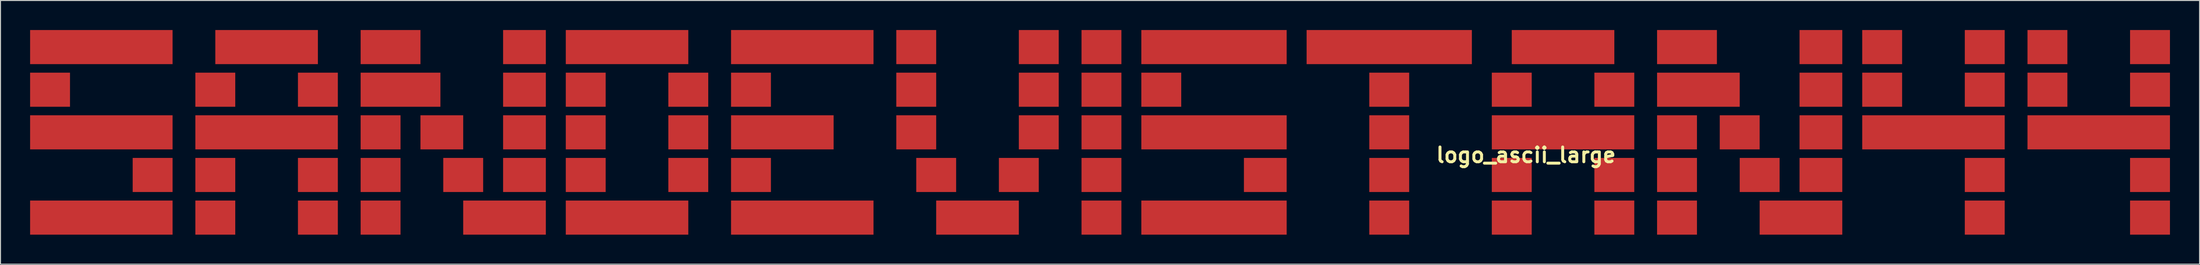
<source format=kicad_pcb>
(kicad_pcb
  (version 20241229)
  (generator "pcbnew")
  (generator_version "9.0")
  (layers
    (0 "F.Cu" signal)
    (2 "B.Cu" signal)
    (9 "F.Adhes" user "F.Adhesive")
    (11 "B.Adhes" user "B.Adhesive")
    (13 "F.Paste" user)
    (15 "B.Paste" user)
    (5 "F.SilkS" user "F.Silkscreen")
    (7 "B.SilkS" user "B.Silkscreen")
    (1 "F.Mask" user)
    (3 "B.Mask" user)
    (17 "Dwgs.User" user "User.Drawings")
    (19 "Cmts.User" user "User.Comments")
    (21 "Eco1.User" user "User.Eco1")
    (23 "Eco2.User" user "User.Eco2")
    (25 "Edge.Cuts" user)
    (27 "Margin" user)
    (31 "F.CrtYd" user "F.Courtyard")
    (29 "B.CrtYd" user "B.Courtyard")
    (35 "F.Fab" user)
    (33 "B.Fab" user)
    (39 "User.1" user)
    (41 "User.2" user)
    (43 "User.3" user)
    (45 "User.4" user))
  (footprint "logo_ascii_large"
    (layer "F.Cu")
    (at 151.534 12.7)
    (property "Reference" "logo_ascii_large" (at 0 0 0) (layer "F.SilkS") (effects (font (size 1.5 1.5) (thickness 0.3))))
    (attr board_only exclude_from_pos_files exclude_from_bom)
    (fp_poly (pts (xy -147.493 -6.639) (xy -147.493 -4.907) (xy -149.514 -4.907) (xy -151.534 -4.907) (xy -151.534 -6.639) (xy -151.534 -8.37) (xy -149.514 -8.37) (xy -147.493 -8.37)) (stroke (width 0) (type solid)) (fill yes) (layer "F.Cu"))
    (fp_poly (pts (xy -137.102 -10.968) (xy -137.102 -9.236) (xy -144.318 -9.236) (xy -151.534 -9.236) (xy -151.534 -10.968) (xy -151.534 -12.7) (xy -144.318 -12.7) (xy -137.102 -12.7)) (stroke (width 0) (type solid)) (fill yes) (layer "F.Cu"))
    (fp_poly (pts (xy -137.102 -2.309) (xy -137.102 -0.577) (xy -144.318 -0.577) (xy -151.534 -0.577) (xy -151.534 -2.309) (xy -151.534 -4.041) (xy -144.318 -4.041) (xy -137.102 -4.041)) (stroke (width 0) (type solid)) (fill yes) (layer "F.Cu"))
    (fp_poly (pts (xy -137.102 2.02) (xy -137.102 3.752) (xy -139.123 3.752) (xy -141.143 3.752) (xy -141.143 2.02) (xy -141.143 0.289) (xy -139.123 0.289) (xy -137.102 0.289)) (stroke (width 0) (type solid)) (fill yes) (layer "F.Cu"))
    (fp_poly (pts (xy -137.102 6.35) (xy -137.102 8.082) (xy -144.318 8.082) (xy -151.534 8.082) (xy -151.534 6.35) (xy -151.534 4.618) (xy -144.318 4.618) (xy -137.102 4.618)) (stroke (width 0) (type solid)) (fill yes) (layer "F.Cu"))
    (fp_poly (pts (xy -130.752 -6.639) (xy -130.752 -4.907) (xy -132.773 -4.907) (xy -134.793 -4.907) (xy -134.793 -6.639) (xy -134.793 -8.37) (xy -132.773 -8.37) (xy -130.752 -8.37)) (stroke (width 0) (type solid)) (fill yes) (layer "F.Cu"))
    (fp_poly (pts (xy -130.752 2.02) (xy -130.752 3.752) (xy -132.773 3.752) (xy -134.793 3.752) (xy -134.793 2.02) (xy -134.793 0.289) (xy -132.773 0.289) (xy -130.752 0.289)) (stroke (width 0) (type solid)) (fill yes) (layer "F.Cu"))
    (fp_poly (pts (xy -130.752 6.35) (xy -130.752 8.082) (xy -132.773 8.082) (xy -134.793 8.082) (xy -134.793 6.35) (xy -134.793 4.618) (xy -132.773 4.618) (xy -130.752 4.618)) (stroke (width 0) (type solid)) (fill yes) (layer "F.Cu"))
    (fp_poly (pts (xy -122.382 -10.968) (xy -122.382 -9.236) (xy -127.577 -9.236) (xy -132.773 -9.236) (xy -132.773 -10.968) (xy -132.773 -12.7) (xy -127.577 -12.7) (xy -122.382 -12.7)) (stroke (width 0) (type solid)) (fill yes) (layer "F.Cu"))
    (fp_poly (pts (xy -120.361 -6.639) (xy -120.361 -4.907) (xy -122.382 -4.907) (xy -124.402 -4.907) (xy -124.402 -6.639) (xy -124.402 -8.37) (xy -122.382 -8.37) (xy -120.361 -8.37)) (stroke (width 0) (type solid)) (fill yes) (layer "F.Cu"))
    (fp_poly (pts (xy -120.361 -2.309) (xy -120.361 -0.577) (xy -127.577 -0.577) (xy -134.793 -0.577) (xy -134.793 -2.309) (xy -134.793 -4.041) (xy -127.577 -4.041) (xy -120.361 -4.041)) (stroke (width 0) (type solid)) (fill yes) (layer "F.Cu"))
    (fp_poly (pts (xy -120.361 2.02) (xy -120.361 3.752) (xy -122.382 3.752) (xy -124.402 3.752) (xy -124.402 2.02) (xy -124.402 0.289) (xy -122.382 0.289) (xy -120.361 0.289)) (stroke (width 0) (type solid)) (fill yes) (layer "F.Cu"))
    (fp_poly (pts (xy -120.361 6.35) (xy -120.361 8.082) (xy -122.382 8.082) (xy -124.402 8.082) (xy -124.402 6.35) (xy -124.402 4.618) (xy -122.382 4.618) (xy -120.361 4.618)) (stroke (width 0) (type solid)) (fill yes) (layer "F.Cu"))
    (fp_poly (pts (xy -114.011 -2.309) (xy -114.011 -0.577) (xy -116.032 -0.577) (xy -118.052 -0.577) (xy -118.052 -2.309) (xy -118.052 -4.041) (xy -116.032 -4.041) (xy -114.011 -4.041)) (stroke (width 0) (type solid)) (fill yes) (layer "F.Cu"))
    (fp_poly (pts (xy -114.011 2.02) (xy -114.011 3.752) (xy -116.032 3.752) (xy -118.052 3.752) (xy -118.052 2.02) (xy -118.052 0.289) (xy -116.032 0.289) (xy -114.011 0.289)) (stroke (width 0) (type solid)) (fill yes) (layer "F.Cu"))
    (fp_poly (pts (xy -114.011 6.35) (xy -114.011 8.082) (xy -116.032 8.082) (xy -118.052 8.082) (xy -118.052 6.35) (xy -118.052 4.618) (xy -116.032 4.618) (xy -114.011 4.618)) (stroke (width 0) (type solid)) (fill yes) (layer "F.Cu"))
    (fp_poly (pts (xy -111.991 -10.968) (xy -111.991 -9.236) (xy -115.022 -9.236) (xy -118.052 -9.236) (xy -118.052 -10.968) (xy -118.052 -12.7) (xy -115.022 -12.7) (xy -111.991 -12.7)) (stroke (width 0) (type solid)) (fill yes) (layer "F.Cu"))
    (fp_poly (pts (xy -109.97 -6.639) (xy -109.97 -4.907) (xy -114.011 -4.907) (xy -118.052 -4.907) (xy -118.052 -6.639) (xy -118.052 -8.37) (xy -114.011 -8.37) (xy -109.97 -8.37)) (stroke (width 0) (type solid)) (fill yes) (layer "F.Cu"))
    (fp_poly (pts (xy -107.661 -2.309) (xy -107.661 -0.577) (xy -109.826 -0.577) (xy -111.991 -0.577) (xy -111.991 -2.309) (xy -111.991 -4.041) (xy -109.826 -4.041) (xy -107.661 -4.041)) (stroke (width 0) (type solid)) (fill yes) (layer "F.Cu"))
    (fp_poly (pts (xy -105.641 2.02) (xy -105.641 3.752) (xy -107.661 3.752) (xy -109.682 3.752) (xy -109.682 2.02) (xy -109.682 0.289) (xy -107.661 0.289) (xy -105.641 0.289)) (stroke (width 0) (type solid)) (fill yes) (layer "F.Cu"))
    (fp_poly (pts (xy -99.291 -10.968) (xy -99.291 -9.236) (xy -101.456 -9.236) (xy -103.62 -9.236) (xy -103.62 -10.968) (xy -103.62 -12.7) (xy -101.456 -12.7) (xy -99.291 -12.7)) (stroke (width 0) (type solid)) (fill yes) (layer "F.Cu"))
    (fp_poly (pts (xy -99.291 -6.639) (xy -99.291 -4.907) (xy -101.456 -4.907) (xy -103.62 -4.907) (xy -103.62 -6.639) (xy -103.62 -8.37) (xy -101.456 -8.37) (xy -99.291 -8.37)) (stroke (width 0) (type solid)) (fill yes) (layer "F.Cu"))
    (fp_poly (pts (xy -99.291 -2.309) (xy -99.291 -0.577) (xy -101.456 -0.577) (xy -103.62 -0.577) (xy -103.62 -2.309) (xy -103.62 -4.041) (xy -101.456 -4.041) (xy -99.291 -4.041)) (stroke (width 0) (type solid)) (fill yes) (layer "F.Cu"))
    (fp_poly (pts (xy -99.291 2.02) (xy -99.291 3.752) (xy -101.456 3.752) (xy -103.62 3.752) (xy -103.62 2.02) (xy -103.62 0.289) (xy -101.456 0.289) (xy -99.291 0.289)) (stroke (width 0) (type solid)) (fill yes) (layer "F.Cu"))
    (fp_poly (pts (xy -99.291 6.35) (xy -99.291 8.082) (xy -103.476 8.082) (xy -107.661 8.082) (xy -107.661 6.35) (xy -107.661 4.618) (xy -103.476 4.618) (xy -99.291 4.618)) (stroke (width 0) (type solid)) (fill yes) (layer "F.Cu"))
    (fp_poly (pts (xy -93.23 -6.639) (xy -93.23 -4.907) (xy -95.25 -4.907) (xy -97.27 -4.907) (xy -97.27 -6.639) (xy -97.27 -8.37) (xy -95.25 -8.37) (xy -93.23 -8.37)) (stroke (width 0) (type solid)) (fill yes) (layer "F.Cu"))
    (fp_poly (pts (xy -93.23 -2.309) (xy -93.23 -0.577) (xy -95.25 -0.577) (xy -97.27 -0.577) (xy -97.27 -2.309) (xy -97.27 -4.041) (xy -95.25 -4.041) (xy -93.23 -4.041)) (stroke (width 0) (type solid)) (fill yes) (layer "F.Cu"))
    (fp_poly (pts (xy -93.23 2.02) (xy -93.23 3.752) (xy -95.25 3.752) (xy -97.27 3.752) (xy -97.27 2.02) (xy -97.27 0.289) (xy -95.25 0.289) (xy -93.23 0.289)) (stroke (width 0) (type solid)) (fill yes) (layer "F.Cu"))
    (fp_poly (pts (xy -84.859 -10.968) (xy -84.859 -9.236) (xy -91.065 -9.236) (xy -97.27 -9.236) (xy -97.27 -10.968) (xy -97.27 -12.7) (xy -91.065 -12.7) (xy -84.859 -12.7)) (stroke (width 0) (type solid)) (fill yes) (layer "F.Cu"))
    (fp_poly (pts (xy -84.859 6.35) (xy -84.859 8.082) (xy -91.065 8.082) (xy -97.27 8.082) (xy -97.27 6.35) (xy -97.27 4.618) (xy -91.065 4.618) (xy -84.859 4.618)) (stroke (width 0) (type solid)) (fill yes) (layer "F.Cu"))
    (fp_poly (pts (xy -82.839 -6.639) (xy -82.839 -4.907) (xy -84.859 -4.907) (xy -86.88 -4.907) (xy -86.88 -6.639) (xy -86.88 -8.37) (xy -84.859 -8.37) (xy -82.839 -8.37)) (stroke (width 0) (type solid)) (fill yes) (layer "F.Cu"))
    (fp_poly (pts (xy -82.839 -2.309) (xy -82.839 -0.577) (xy -84.859 -0.577) (xy -86.88 -0.577) (xy -86.88 -2.309) (xy -86.88 -4.041) (xy -84.859 -4.041) (xy -82.839 -4.041)) (stroke (width 0) (type solid)) (fill yes) (layer "F.Cu"))
    (fp_poly (pts (xy -82.839 2.02) (xy -82.839 3.752) (xy -84.859 3.752) (xy -86.88 3.752) (xy -86.88 2.02) (xy -86.88 0.289) (xy -84.859 0.289) (xy -82.839 0.289)) (stroke (width 0) (type solid)) (fill yes) (layer "F.Cu"))
    (fp_poly (pts (xy -76.489 -6.639) (xy -76.489 -4.907) (xy -78.509 -4.907) (xy -80.53 -4.907) (xy -80.53 -6.639) (xy -80.53 -8.37) (xy -78.509 -8.37) (xy -76.489 -8.37)) (stroke (width 0) (type solid)) (fill yes) (layer "F.Cu"))
    (fp_poly (pts (xy -76.489 2.02) (xy -76.489 3.752) (xy -78.509 3.752) (xy -80.53 3.752) (xy -80.53 2.02) (xy -80.53 0.289) (xy -78.509 0.289) (xy -76.489 0.289)) (stroke (width 0) (type solid)) (fill yes) (layer "F.Cu"))
    (fp_poly (pts (xy -70.139 -2.309) (xy -70.139 -0.577) (xy -75.334 -0.577) (xy -80.53 -0.577) (xy -80.53 -2.309) (xy -80.53 -4.041) (xy -75.334 -4.041) (xy -70.139 -4.041)) (stroke (width 0) (type solid)) (fill yes) (layer "F.Cu"))
    (fp_poly (pts (xy -66.098 -10.968) (xy -66.098 -9.236) (xy -73.314 -9.236) (xy -80.53 -9.236) (xy -80.53 -10.968) (xy -80.53 -12.7) (xy -73.314 -12.7) (xy -66.098 -12.7)) (stroke (width 0) (type solid)) (fill yes) (layer "F.Cu"))
    (fp_poly (pts (xy -66.098 6.35) (xy -66.098 8.082) (xy -73.314 8.082) (xy -80.53 8.082) (xy -80.53 6.35) (xy -80.53 4.618) (xy -73.314 4.618) (xy -66.098 4.618)) (stroke (width 0) (type solid)) (fill yes) (layer "F.Cu"))
    (fp_poly (pts (xy -59.748 -10.968) (xy -59.748 -9.236) (xy -61.768 -9.236) (xy -63.789 -9.236) (xy -63.789 -10.968) (xy -63.789 -12.7) (xy -61.768 -12.7) (xy -59.748 -12.7)) (stroke (width 0) (type solid)) (fill yes) (layer "F.Cu"))
    (fp_poly (pts (xy -59.748 -6.639) (xy -59.748 -4.907) (xy -61.768 -4.907) (xy -63.789 -4.907) (xy -63.789 -6.639) (xy -63.789 -8.37) (xy -61.768 -8.37) (xy -59.748 -8.37)) (stroke (width 0) (type solid)) (fill yes) (layer "F.Cu"))
    (fp_poly (pts (xy -59.748 -2.309) (xy -59.748 -0.577) (xy -61.768 -0.577) (xy -63.789 -0.577) (xy -63.789 -2.309) (xy -63.789 -4.041) (xy -61.768 -4.041) (xy -59.748 -4.041)) (stroke (width 0) (type solid)) (fill yes) (layer "F.Cu"))
    (fp_poly (pts (xy -57.727 2.02) (xy -57.727 3.752) (xy -59.748 3.752) (xy -61.768 3.752) (xy -61.768 2.02) (xy -61.768 0.289) (xy -59.748 0.289) (xy -57.727 0.289)) (stroke (width 0) (type solid)) (fill yes) (layer "F.Cu"))
    (fp_poly (pts (xy -51.377 6.35) (xy -51.377 8.082) (xy -55.563 8.082) (xy -59.748 8.082) (xy -59.748 6.35) (xy -59.748 4.618) (xy -55.563 4.618) (xy -51.377 4.618)) (stroke (width 0) (type solid)) (fill yes) (layer "F.Cu"))
    (fp_poly (pts (xy -49.357 2.02) (xy -49.357 3.752) (xy -51.377 3.752) (xy -53.398 3.752) (xy -53.398 2.02) (xy -53.398 0.289) (xy -51.377 0.289) (xy -49.357 0.289)) (stroke (width 0) (type solid)) (fill yes) (layer "F.Cu"))
    (fp_poly (pts (xy -47.336 -10.968) (xy -47.336 -9.236) (xy -49.357 -9.236) (xy -51.377 -9.236) (xy -51.377 -10.968) (xy -51.377 -12.7) (xy -49.357 -12.7) (xy -47.336 -12.7)) (stroke (width 0) (type solid)) (fill yes) (layer "F.Cu"))
    (fp_poly (pts (xy -47.336 -6.639) (xy -47.336 -4.907) (xy -49.357 -4.907) (xy -51.377 -4.907) (xy -51.377 -6.639) (xy -51.377 -8.37) (xy -49.357 -8.37) (xy -47.336 -8.37)) (stroke (width 0) (type solid)) (fill yes) (layer "F.Cu"))
    (fp_poly (pts (xy -47.336 -2.309) (xy -47.336 -0.577) (xy -49.357 -0.577) (xy -51.377 -0.577) (xy -51.377 -2.309) (xy -51.377 -4.041) (xy -49.357 -4.041) (xy -47.336 -4.041)) (stroke (width 0) (type solid)) (fill yes) (layer "F.Cu"))
    (fp_poly (pts (xy -40.986 -10.968) (xy -40.986 -9.236) (xy -43.007 -9.236) (xy -45.027 -9.236) (xy -45.027 -10.968) (xy -45.027 -12.7) (xy -43.007 -12.7) (xy -40.986 -12.7)) (stroke (width 0) (type solid)) (fill yes) (layer "F.Cu"))
    (fp_poly (pts (xy -40.986 -6.639) (xy -40.986 -4.907) (xy -43.007 -4.907) (xy -45.027 -4.907) (xy -45.027 -6.639) (xy -45.027 -8.37) (xy -43.007 -8.37) (xy -40.986 -8.37)) (stroke (width 0) (type solid)) (fill yes) (layer "F.Cu"))
    (fp_poly (pts (xy -40.986 -2.309) (xy -40.986 -0.577) (xy -43.007 -0.577) (xy -45.027 -0.577) (xy -45.027 -2.309) (xy -45.027 -4.041) (xy -43.007 -4.041) (xy -40.986 -4.041)) (stroke (width 0) (type solid)) (fill yes) (layer "F.Cu"))
    (fp_poly (pts (xy -40.986 2.02) (xy -40.986 3.752) (xy -43.007 3.752) (xy -45.027 3.752) (xy -45.027 2.02) (xy -45.027 0.289) (xy -43.007 0.289) (xy -40.986 0.289)) (stroke (width 0) (type solid)) (fill yes) (layer "F.Cu"))
    (fp_poly (pts (xy -40.986 6.35) (xy -40.986 8.082) (xy -43.007 8.082) (xy -45.027 8.082) (xy -45.027 6.35) (xy -45.027 4.618) (xy -43.007 4.618) (xy -40.986 4.618)) (stroke (width 0) (type solid)) (fill yes) (layer "F.Cu"))
    (fp_poly (pts (xy -34.925 -6.639) (xy -34.925 -4.907) (xy -36.945 -4.907) (xy -38.966 -4.907) (xy -38.966 -6.639) (xy -38.966 -8.37) (xy -36.945 -8.37) (xy -34.925 -8.37)) (stroke (width 0) (type solid)) (fill yes) (layer "F.Cu"))
    (fp_poly (pts (xy -24.245 -10.968) (xy -24.245 -9.236) (xy -31.606 -9.236) (xy -38.966 -9.236) (xy -38.966 -10.968) (xy -38.966 -12.7) (xy -31.606 -12.7) (xy -24.245 -12.7)) (stroke (width 0) (type solid)) (fill yes) (layer "F.Cu"))
    (fp_poly (pts (xy -24.245 -2.309) (xy -24.245 -0.577) (xy -31.606 -0.577) (xy -38.966 -0.577) (xy -38.966 -2.309) (xy -38.966 -4.041) (xy -31.606 -4.041) (xy -24.245 -4.041)) (stroke (width 0) (type solid)) (fill yes) (layer "F.Cu"))
    (fp_poly (pts (xy -24.245 2.02) (xy -24.245 3.752) (xy -26.41 3.752) (xy -28.575 3.752) (xy -28.575 2.02) (xy -28.575 0.289) (xy -26.41 0.289) (xy -24.245 0.289)) (stroke (width 0) (type solid)) (fill yes) (layer "F.Cu"))
    (fp_poly (pts (xy -24.245 6.35) (xy -24.245 8.082) (xy -31.606 8.082) (xy -38.966 8.082) (xy -38.966 6.35) (xy -38.966 4.618) (xy -31.606 4.618) (xy -24.245 4.618)) (stroke (width 0) (type solid)) (fill yes) (layer "F.Cu"))
    (fp_poly (pts (xy -11.834 -6.639) (xy -11.834 -4.907) (xy -13.855 -4.907) (xy -15.875 -4.907) (xy -15.875 -6.639) (xy -15.875 -8.37) (xy -13.855 -8.37) (xy -11.834 -8.37)) (stroke (width 0) (type solid)) (fill yes) (layer "F.Cu"))
    (fp_poly (pts (xy -11.834 -2.309) (xy -11.834 -0.577) (xy -13.855 -0.577) (xy -15.875 -0.577) (xy -15.875 -2.309) (xy -15.875 -4.041) (xy -13.855 -4.041) (xy -11.834 -4.041)) (stroke (width 0) (type solid)) (fill yes) (layer "F.Cu"))
    (fp_poly (pts (xy -11.834 2.02) (xy -11.834 3.752) (xy -13.855 3.752) (xy -15.875 3.752) (xy -15.875 2.02) (xy -15.875 0.289) (xy -13.855 0.289) (xy -11.834 0.289)) (stroke (width 0) (type solid)) (fill yes) (layer "F.Cu"))
    (fp_poly (pts (xy -11.834 6.35) (xy -11.834 8.082) (xy -13.855 8.082) (xy -15.875 8.082) (xy -15.875 6.35) (xy -15.875 4.618) (xy -13.855 4.618) (xy -11.834 4.618)) (stroke (width 0) (type solid)) (fill yes) (layer "F.Cu"))
    (fp_poly (pts (xy -5.484 -10.968) (xy -5.484 -9.236) (xy -13.855 -9.236) (xy -22.225 -9.236) (xy -22.225 -10.968) (xy -22.225 -12.7) (xy -13.855 -12.7) (xy -5.484 -12.7)) (stroke (width 0) (type solid)) (fill yes) (layer "F.Cu"))
    (fp_poly (pts (xy 0.577 -6.639) (xy 0.577 -4.907) (xy -1.443 -4.907) (xy -3.464 -4.907) (xy -3.464 -6.639) (xy -3.464 -8.37) (xy -1.443 -8.37) (xy 0.577 -8.37)) (stroke (width 0) (type solid)) (fill yes) (layer "F.Cu"))
    (fp_poly (pts (xy 0.577 2.02) (xy 0.577 3.752) (xy -1.443 3.752) (xy -3.464 3.752) (xy -3.464 2.02) (xy -3.464 0.289) (xy -1.443 0.289) (xy 0.577 0.289)) (stroke (width 0) (type solid)) (fill yes) (layer "F.Cu"))
    (fp_poly (pts (xy 0.577 6.35) (xy 0.577 8.082) (xy -1.443 8.082) (xy -3.464 8.082) (xy -3.464 6.35) (xy -3.464 4.618) (xy -1.443 4.618) (xy 0.577 4.618)) (stroke (width 0) (type solid)) (fill yes) (layer "F.Cu"))
    (fp_poly (pts (xy 8.948 -10.968) (xy 8.948 -9.236) (xy 3.752 -9.236) (xy -1.443 -9.236) (xy -1.443 -10.968) (xy -1.443 -12.7) (xy 3.752 -12.7) (xy 8.948 -12.7)) (stroke (width 0) (type solid)) (fill yes) (layer "F.Cu"))
    (fp_poly (pts (xy 10.968 -6.639) (xy 10.968 -4.907) (xy 8.948 -4.907) (xy 6.927 -4.907) (xy 6.927 -6.639) (xy 6.927 -8.37) (xy 8.948 -8.37) (xy 10.968 -8.37)) (stroke (width 0) (type solid)) (fill yes) (layer "F.Cu"))
    (fp_poly (pts (xy 10.968 -2.309) (xy 10.968 -0.577) (xy 3.752 -0.577) (xy -3.464 -0.577) (xy -3.464 -2.309) (xy -3.464 -4.041) (xy 3.752 -4.041) (xy 10.968 -4.041)) (stroke (width 0) (type solid)) (fill yes) (layer "F.Cu"))
    (fp_poly (pts (xy 10.968 2.02) (xy 10.968 3.752) (xy 8.948 3.752) (xy 6.927 3.752) (xy 6.927 2.02) (xy 6.927 0.289) (xy 8.948 0.289) (xy 10.968 0.289)) (stroke (width 0) (type solid)) (fill yes) (layer "F.Cu"))
    (fp_poly (pts (xy 10.968 6.35) (xy 10.968 8.082) (xy 8.948 8.082) (xy 6.927 8.082) (xy 6.927 6.35) (xy 6.927 4.618) (xy 8.948 4.618) (xy 10.968 4.618)) (stroke (width 0) (type solid)) (fill yes) (layer "F.Cu"))
    (fp_poly (pts (xy 17.318 -2.309) (xy 17.318 -0.577) (xy 15.298 -0.577) (xy 13.277 -0.577) (xy 13.277 -2.309) (xy 13.277 -4.041) (xy 15.298 -4.041) (xy 17.318 -4.041)) (stroke (width 0) (type solid)) (fill yes) (layer "F.Cu"))
    (fp_poly (pts (xy 17.318 2.02) (xy 17.318 3.752) (xy 15.298 3.752) (xy 13.277 3.752) (xy 13.277 2.02) (xy 13.277 0.289) (xy 15.298 0.289) (xy 17.318 0.289)) (stroke (width 0) (type solid)) (fill yes) (layer "F.Cu"))
    (fp_poly (pts (xy 17.318 6.35) (xy 17.318 8.082) (xy 15.298 8.082) (xy 13.277 8.082) (xy 13.277 6.35) (xy 13.277 4.618) (xy 15.298 4.618) (xy 17.318 4.618)) (stroke (width 0) (type solid)) (fill yes) (layer "F.Cu"))
    (fp_poly (pts (xy 19.339 -10.968) (xy 19.339 -9.236) (xy 16.308 -9.236) (xy 13.277 -9.236) (xy 13.277 -10.968) (xy 13.277 -12.7) (xy 16.308 -12.7) (xy 19.339 -12.7)) (stroke (width 0) (type solid)) (fill yes) (layer "F.Cu"))
    (fp_poly (pts (xy 21.648 -6.639) (xy 21.648 -4.907) (xy 17.462 -4.907) (xy 13.277 -4.907) (xy 13.277 -6.639) (xy 13.277 -8.37) (xy 17.462 -8.37) (xy 21.648 -8.37)) (stroke (width 0) (type solid)) (fill yes) (layer "F.Cu"))
    (fp_poly (pts (xy 23.668 -2.309) (xy 23.668 -0.577) (xy 21.648 -0.577) (xy 19.627 -0.577) (xy 19.627 -2.309) (xy 19.627 -4.041) (xy 21.648 -4.041) (xy 23.668 -4.041)) (stroke (width 0) (type solid)) (fill yes) (layer "F.Cu"))
    (fp_poly (pts (xy 25.689 2.02) (xy 25.689 3.752) (xy 23.668 3.752) (xy 21.648 3.752) (xy 21.648 2.02) (xy 21.648 0.289) (xy 23.668 0.289) (xy 25.689 0.289)) (stroke (width 0) (type solid)) (fill yes) (layer "F.Cu"))
    (fp_poly (pts (xy 32.039 -10.968) (xy 32.039 -9.236) (xy 29.874 -9.236) (xy 27.709 -9.236) (xy 27.709 -10.968) (xy 27.709 -12.7) (xy 29.874 -12.7) (xy 32.039 -12.7)) (stroke (width 0) (type solid)) (fill yes) (layer "F.Cu"))
    (fp_poly (pts (xy 32.039 -6.639) (xy 32.039 -4.907) (xy 29.874 -4.907) (xy 27.709 -4.907) (xy 27.709 -6.639) (xy 27.709 -8.37) (xy 29.874 -8.37) (xy 32.039 -8.37)) (stroke (width 0) (type solid)) (fill yes) (layer "F.Cu"))
    (fp_poly (pts (xy 32.039 -2.309) (xy 32.039 -0.577) (xy 29.874 -0.577) (xy 27.709 -0.577) (xy 27.709 -2.309) (xy 27.709 -4.041) (xy 29.874 -4.041) (xy 32.039 -4.041)) (stroke (width 0) (type solid)) (fill yes) (layer "F.Cu"))
    (fp_poly (pts (xy 32.039 2.02) (xy 32.039 3.752) (xy 29.874 3.752) (xy 27.709 3.752) (xy 27.709 2.02) (xy 27.709 0.289) (xy 29.874 0.289) (xy 32.039 0.289)) (stroke (width 0) (type solid)) (fill yes) (layer "F.Cu"))
    (fp_poly (pts (xy 32.039 6.35) (xy 32.039 8.082) (xy 27.853 8.082) (xy 23.668 8.082) (xy 23.668 6.35) (xy 23.668 4.618) (xy 27.853 4.618) (xy 32.039 4.618)) (stroke (width 0) (type solid)) (fill yes) (layer "F.Cu"))
    (fp_poly (pts (xy 38.1 -10.968) (xy 38.1 -9.236) (xy 36.08 -9.236) (xy 34.059 -9.236) (xy 34.059 -10.968) (xy 34.059 -12.7) (xy 36.08 -12.7) (xy 38.1 -12.7)) (stroke (width 0) (type solid)) (fill yes) (layer "F.Cu"))
    (fp_poly (pts (xy 38.1 -6.639) (xy 38.1 -4.907) (xy 36.08 -4.907) (xy 34.059 -4.907) (xy 34.059 -6.639) (xy 34.059 -8.37) (xy 36.08 -8.37) (xy 38.1 -8.37)) (stroke (width 0) (type solid)) (fill yes) (layer "F.Cu"))
    (fp_poly (pts (xy 48.491 -10.968) (xy 48.491 -9.236) (xy 46.47 -9.236) (xy 44.45 -9.236) (xy 44.45 -10.968) (xy 44.45 -12.7) (xy 46.47 -12.7) (xy 48.491 -12.7)) (stroke (width 0) (type solid)) (fill yes) (layer "F.Cu"))
    (fp_poly (pts (xy 48.491 -6.639) (xy 48.491 -4.907) (xy 46.47 -4.907) (xy 44.45 -4.907) (xy 44.45 -6.639) (xy 44.45 -8.37) (xy 46.47 -8.37) (xy 48.491 -8.37)) (stroke (width 0) (type solid)) (fill yes) (layer "F.Cu"))
    (fp_poly (pts (xy 48.491 -2.309) (xy 48.491 -0.577) (xy 41.275 -0.577) (xy 34.059 -0.577) (xy 34.059 -2.309) (xy 34.059 -4.041) (xy 41.275 -4.041) (xy 48.491 -4.041)) (stroke (width 0) (type solid)) (fill yes) (layer "F.Cu"))
    (fp_poly (pts (xy 48.491 2.02) (xy 48.491 3.752) (xy 46.47 3.752) (xy 44.45 3.752) (xy 44.45 2.02) (xy 44.45 0.289) (xy 46.47 0.289) (xy 48.491 0.289)) (stroke (width 0) (type solid)) (fill yes) (layer "F.Cu"))
    (fp_poly (pts (xy 48.491 6.35) (xy 48.491 8.082) (xy 46.47 8.082) (xy 44.45 8.082) (xy 44.45 6.35) (xy 44.45 4.618) (xy 46.47 4.618) (xy 48.491 4.618)) (stroke (width 0) (type solid)) (fill yes) (layer "F.Cu"))
    (fp_poly (pts (xy 54.841 -10.968) (xy 54.841 -9.236) (xy 52.82 -9.236) (xy 50.8 -9.236) (xy 50.8 -10.968) (xy 50.8 -12.7) (xy 52.82 -12.7) (xy 54.841 -12.7)) (stroke (width 0) (type solid)) (fill yes) (layer "F.Cu"))
    (fp_poly (pts (xy 54.841 -6.639) (xy 54.841 -4.907) (xy 52.82 -4.907) (xy 50.8 -4.907) (xy 50.8 -6.639) (xy 50.8 -8.37) (xy 52.82 -8.37) (xy 54.841 -8.37)) (stroke (width 0) (type solid)) (fill yes) (layer "F.Cu"))
    (fp_poly (pts (xy 65.232 -10.968) (xy 65.232 -9.236) (xy 63.211 -9.236) (xy 61.191 -9.236) (xy 61.191 -10.968) (xy 61.191 -12.7) (xy 63.211 -12.7) (xy 65.232 -12.7)) (stroke (width 0) (type solid)) (fill yes) (layer "F.Cu"))
    (fp_poly (pts (xy 65.232 -6.639) (xy 65.232 -4.907) (xy 63.211 -4.907) (xy 61.191 -4.907) (xy 61.191 -6.639) (xy 61.191 -8.37) (xy 63.211 -8.37) (xy 65.232 -8.37)) (stroke (width 0) (type solid)) (fill yes) (layer "F.Cu"))
    (fp_poly (pts (xy 65.232 -2.309) (xy 65.232 -0.577) (xy 58.016 -0.577) (xy 50.8 -0.577) (xy 50.8 -2.309) (xy 50.8 -4.041) (xy 58.016 -4.041) (xy 65.232 -4.041)) (stroke (width 0) (type solid)) (fill yes) (layer "F.Cu"))
    (fp_poly (pts (xy 65.232 2.02) (xy 65.232 3.752) (xy 63.211 3.752) (xy 61.191 3.752) (xy 61.191 2.02) (xy 61.191 0.289) (xy 63.211 0.289) (xy 65.232 0.289)) (stroke (width 0) (type solid)) (fill yes) (layer "F.Cu"))
    (fp_poly (pts (xy 65.232 6.35) (xy 65.232 8.082) (xy 63.211 8.082) (xy 61.191 8.082) (xy 61.191 6.35) (xy 61.191 4.618) (xy 63.211 4.618) (xy 65.232 4.618)) (stroke (width 0) (type solid)) (fill yes) (layer "F.Cu")))
  (gr_rect
    (start -3 -3)
    (end 219.766 23.782)
    (stroke (width 0.1) (type default))
    (fill no)
    (layer "Edge.Cuts")))
</source>
